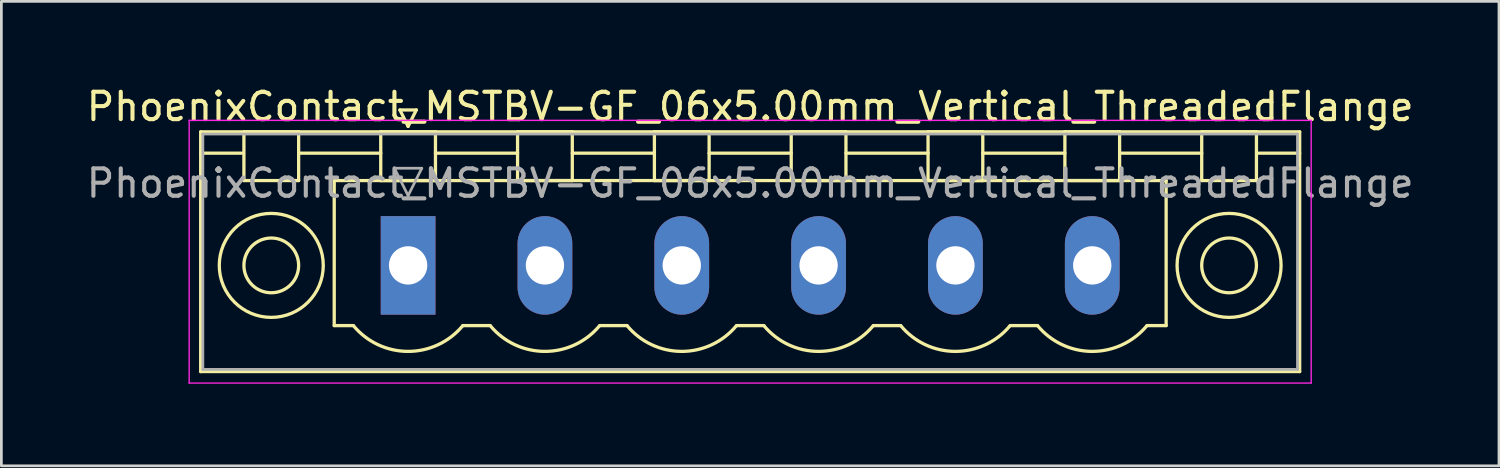
<source format=kicad_pcb>
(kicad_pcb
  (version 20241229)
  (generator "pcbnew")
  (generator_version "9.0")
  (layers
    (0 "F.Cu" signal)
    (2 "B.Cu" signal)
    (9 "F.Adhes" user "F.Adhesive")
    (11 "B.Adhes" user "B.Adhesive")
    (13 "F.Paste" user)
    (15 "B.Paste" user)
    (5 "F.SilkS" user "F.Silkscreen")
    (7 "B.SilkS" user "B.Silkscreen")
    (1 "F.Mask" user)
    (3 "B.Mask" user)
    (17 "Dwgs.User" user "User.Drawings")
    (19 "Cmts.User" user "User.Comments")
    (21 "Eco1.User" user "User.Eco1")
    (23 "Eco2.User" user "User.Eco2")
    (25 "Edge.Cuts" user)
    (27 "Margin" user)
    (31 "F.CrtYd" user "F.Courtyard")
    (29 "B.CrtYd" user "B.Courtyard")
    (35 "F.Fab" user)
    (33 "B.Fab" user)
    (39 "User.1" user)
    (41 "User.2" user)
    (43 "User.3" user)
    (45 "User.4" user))
  (footprint "PhoenixContact_MSTBV-GF_06x5.00mm_Vertical_ThreadedFlange"
    (layer "F.Cu")
    (at 11.863 6.648)
    (property "Reference" "PhoenixContact_MSTBV-GF_06x5.00mm_Vertical_ThreadedFlange" (at 12.5 -5.8 0) (layer "F.SilkS") (effects (font (size 1 1) (thickness 0.15))))
    (attr through_hole)
    (fp_line (start -7.58 -4.88) (end -7.58 3.88) (stroke (width 0.12) (type solid)) (layer "F.SilkS"))
    (fp_line (start -7.58 -4.1) (end -6.08 -4.1) (stroke (width 0.12) (type solid)) (layer "F.SilkS"))
    (fp_line (start -7.58 3.88) (end 32.58 3.88) (stroke (width 0.12) (type solid)) (layer "F.SilkS"))
    (fp_line (start -6 -4.88) (end -4 -4.88) (stroke (width 0.12) (type solid)) (layer "F.SilkS"))
    (fp_line (start -6 -3.1) (end -6 -4.88) (stroke (width 0.12) (type solid)) (layer "F.SilkS"))
    (fp_line (start -4 -4.88) (end -4 -3.1) (stroke (width 0.12) (type solid)) (layer "F.SilkS"))
    (fp_line (start -4 -4.1) (end -1 -4.1) (stroke (width 0.12) (type solid)) (layer "F.SilkS"))
    (fp_line (start -4 -3.1) (end -6 -3.1) (stroke (width 0.12) (type solid)) (layer "F.SilkS"))
    (fp_line (start -2.7 -3.1) (end 27.7 -3.1) (stroke (width 0.12) (type solid)) (layer "F.SilkS"))
    (fp_line (start -2.7 2.2) (end -2.7 -3.1) (stroke (width 0.12) (type solid)) (layer "F.SilkS"))
    (fp_line (start -2 2.2) (end -2.7 2.2) (stroke (width 0.12) (type solid)) (layer "F.SilkS"))
    (fp_line (start -1 -4.88) (end 1 -4.88) (stroke (width 0.12) (type solid)) (layer "F.SilkS"))
    (fp_line (start -1 -3.1) (end -1 -4.88) (stroke (width 0.12) (type solid)) (layer "F.SilkS"))
    (fp_line (start -0.3 -5.68) (end 0.3 -5.68) (stroke (width 0.12) (type solid)) (layer "F.SilkS"))
    (fp_line (start 0 -5.08) (end -0.3 -5.68) (stroke (width 0.12) (type solid)) (layer "F.SilkS"))
    (fp_line (start 0.3 -5.68) (end 0 -5.08) (stroke (width 0.12) (type solid)) (layer "F.SilkS"))
    (fp_line (start 1 -4.88) (end 1 -3.1) (stroke (width 0.12) (type solid)) (layer "F.SilkS"))
    (fp_line (start 1 -4.1) (end 4 -4.1) (stroke (width 0.12) (type solid)) (layer "F.SilkS"))
    (fp_line (start 1 -3.1) (end -1 -3.1) (stroke (width 0.12) (type solid)) (layer "F.SilkS"))
    (fp_line (start 2 2.2) (end 3 2.2) (stroke (width 0.12) (type solid)) (layer "F.SilkS"))
    (fp_line (start 4 -4.88) (end 6 -4.88) (stroke (width 0.12) (type solid)) (layer "F.SilkS"))
    (fp_line (start 4 -3.1) (end 4 -4.88) (stroke (width 0.12) (type solid)) (layer "F.SilkS"))
    (fp_line (start 6 -4.88) (end 6 -3.1) (stroke (width 0.12) (type solid)) (layer "F.SilkS"))
    (fp_line (start 6 -4.1) (end 9 -4.1) (stroke (width 0.12) (type solid)) (layer "F.SilkS"))
    (fp_line (start 6 -3.1) (end 4 -3.1) (stroke (width 0.12) (type solid)) (layer "F.SilkS"))
    (fp_line (start 7 2.2) (end 8 2.2) (stroke (width 0.12) (type solid)) (layer "F.SilkS"))
    (fp_line (start 9 -4.88) (end 11 -4.88) (stroke (width 0.12) (type solid)) (layer "F.SilkS"))
    (fp_line (start 9 -3.1) (end 9 -4.88) (stroke (width 0.12) (type solid)) (layer "F.SilkS"))
    (fp_line (start 11 -4.88) (end 11 -3.1) (stroke (width 0.12) (type solid)) (layer "F.SilkS"))
    (fp_line (start 11 -4.1) (end 14 -4.1) (stroke (width 0.12) (type solid)) (layer "F.SilkS"))
    (fp_line (start 11 -3.1) (end 9 -3.1) (stroke (width 0.12) (type solid)) (layer "F.SilkS"))
    (fp_line (start 12 2.2) (end 13 2.2) (stroke (width 0.12) (type solid)) (layer "F.SilkS"))
    (fp_line (start 14 -4.88) (end 16 -4.88) (stroke (width 0.12) (type solid)) (layer "F.SilkS"))
    (fp_line (start 14 -3.1) (end 14 -4.88) (stroke (width 0.12) (type solid)) (layer "F.SilkS"))
    (fp_line (start 16 -4.88) (end 16 -3.1) (stroke (width 0.12) (type solid)) (layer "F.SilkS"))
    (fp_line (start 16 -4.1) (end 19 -4.1) (stroke (width 0.12) (type solid)) (layer "F.SilkS"))
    (fp_line (start 16 -3.1) (end 14 -3.1) (stroke (width 0.12) (type solid)) (layer "F.SilkS"))
    (fp_line (start 17 2.2) (end 18 2.2) (stroke (width 0.12) (type solid)) (layer "F.SilkS"))
    (fp_line (start 19 -4.88) (end 21 -4.88) (stroke (width 0.12) (type solid)) (layer "F.SilkS"))
    (fp_line (start 19 -3.1) (end 19 -4.88) (stroke (width 0.12) (type solid)) (layer "F.SilkS"))
    (fp_line (start 21 -4.88) (end 21 -3.1) (stroke (width 0.12) (type solid)) (layer "F.SilkS"))
    (fp_line (start 21 -4.1) (end 24 -4.1) (stroke (width 0.12) (type solid)) (layer "F.SilkS"))
    (fp_line (start 21 -3.1) (end 19 -3.1) (stroke (width 0.12) (type solid)) (layer "F.SilkS"))
    (fp_line (start 22 2.2) (end 23 2.2) (stroke (width 0.12) (type solid)) (layer "F.SilkS"))
    (fp_line (start 24 -4.88) (end 26 -4.88) (stroke (width 0.12) (type solid)) (layer "F.SilkS"))
    (fp_line (start 24 -3.1) (end 24 -4.88) (stroke (width 0.12) (type solid)) (layer "F.SilkS"))
    (fp_line (start 26 -4.88) (end 26 -3.1) (stroke (width 0.12) (type solid)) (layer "F.SilkS"))
    (fp_line (start 26 -4.1) (end 29 -4.1) (stroke (width 0.12) (type solid)) (layer "F.SilkS"))
    (fp_line (start 26 -3.1) (end 24 -3.1) (stroke (width 0.12) (type solid)) (layer "F.SilkS"))
    (fp_line (start 27.7 -3.1) (end 27.7 2.2) (stroke (width 0.12) (type solid)) (layer "F.SilkS"))
    (fp_line (start 27.7 2.2) (end 27 2.2) (stroke (width 0.12) (type solid)) (layer "F.SilkS"))
    (fp_line (start 29 -4.88) (end 31 -4.88) (stroke (width 0.12) (type solid)) (layer "F.SilkS"))
    (fp_line (start 29 -3.1) (end 29 -4.88) (stroke (width 0.12) (type solid)) (layer "F.SilkS"))
    (fp_line (start 31 -4.88) (end 31 -3.1) (stroke (width 0.12) (type solid)) (layer "F.SilkS"))
    (fp_line (start 31 -3.1) (end 29 -3.1) (stroke (width 0.12) (type solid)) (layer "F.SilkS"))
    (fp_line (start 32.58 -4.88) (end -7.58 -4.88) (stroke (width 0.12) (type solid)) (layer "F.SilkS"))
    (fp_line (start 32.58 -4.1) (end 31.08 -4.1) (stroke (width 0.12) (type solid)) (layer "F.SilkS"))
    (fp_line (start 32.58 3.88) (end 32.58 -4.88) (stroke (width 0.12) (type solid)) (layer "F.SilkS"))
    (fp_arc (start 1.986842 2.215821) (mid -0.010289 3.142758) (end -2 2.2) (stroke (width 0.12) (type solid)) (layer "F.SilkS"))
    (fp_arc (start 6.986842 2.215821) (mid 4.989711 3.142758) (end 3 2.2) (stroke (width 0.12) (type solid)) (layer "F.SilkS"))
    (fp_arc (start 11.986842 2.215821) (mid 9.989711 3.142758) (end 8 2.2) (stroke (width 0.12) (type solid)) (layer "F.SilkS"))
    (fp_arc (start 16.986842 2.215821) (mid 14.989711 3.142758) (end 13 2.2) (stroke (width 0.12) (type solid)) (layer "F.SilkS"))
    (fp_arc (start 21.986842 2.215821) (mid 19.989711 3.142758) (end 18 2.2) (stroke (width 0.12) (type solid)) (layer "F.SilkS"))
    (fp_arc (start 26.986842 2.215821) (mid 24.989711 3.142758) (end 23 2.2) (stroke (width 0.12) (type solid)) (layer "F.SilkS"))
    (fp_circle (center -5 0) (end -4 0) (stroke (width 0.12) (type solid)) (fill no) (layer "F.SilkS"))
    (fp_circle (center -5 0) (end -3.1 0) (stroke (width 0.12) (type solid)) (fill no) (layer "F.SilkS"))
    (fp_circle (center 30 0) (end 31 0) (stroke (width 0.12) (type solid)) (fill no) (layer "F.SilkS"))
    (fp_circle (center 30 0) (end 31.9 0) (stroke (width 0.12) (type solid)) (fill no) (layer "F.SilkS"))
    (fp_line (start -8 -5.3) (end -8 4.3) (stroke (width 0.05) (type solid)) (layer "F.CrtYd"))
    (fp_line (start -8 4.3) (end 33 4.3) (stroke (width 0.05) (type solid)) (layer "F.CrtYd"))
    (fp_line (start 33 -5.3) (end -8 -5.3) (stroke (width 0.05) (type solid)) (layer "F.CrtYd"))
    (fp_line (start 33 4.3) (end 33 -5.3) (stroke (width 0.05) (type solid)) (layer "F.CrtYd"))
    (fp_line (start -7.5 -4.8) (end -7.5 3.8) (stroke (width 0.1) (type solid)) (layer "F.Fab"))
    (fp_line (start -7.5 3.8) (end 32.5 3.8) (stroke (width 0.1) (type solid)) (layer "F.Fab"))
    (fp_line (start -0.5 -3.55) (end 0.5 -3.55) (stroke (width 0.1) (type solid)) (layer "F.Fab"))
    (fp_line (start 0 -2.55) (end -0.5 -3.55) (stroke (width 0.1) (type solid)) (layer "F.Fab"))
    (fp_line (start 0.5 -3.55) (end 0 -2.55) (stroke (width 0.1) (type solid)) (layer "F.Fab"))
    (fp_line (start 32.5 -4.8) (end -7.5 -4.8) (stroke (width 0.1) (type solid)) (layer "F.Fab"))
    (fp_line (start 32.5 3.8) (end 32.5 -4.8) (stroke (width 0.1) (type solid)) (layer "F.Fab"))
    (fp_text user "${REFERENCE}" (at 12.5 -3 0) (layer "F.Fab") (effects (font (size 1 1) (thickness 0.15))))
    (pad "1" thru_hole rect (at 0 0) (size 2 3.6) (drill 1.4) (layers "*.Cu" "*.Mask"))
    (pad "2" thru_hole oval (at 5 0) (size 2 3.6) (drill 1.4) (layers "*.Cu" "*.Mask"))
    (pad "3" thru_hole oval (at 10 0) (size 2 3.6) (drill 1.4) (layers "*.Cu" "*.Mask"))
    (pad "4" thru_hole oval (at 15 0) (size 2 3.6) (drill 1.4) (layers "*.Cu" "*.Mask"))
    (pad "5" thru_hole oval (at 20 0) (size 2 3.6) (drill 1.4) (layers "*.Cu" "*.Mask"))
    (pad "6" thru_hole oval (at 25 0) (size 2 3.6) (drill 1.4) (layers "*.Cu" "*.Mask")))
  (gr_rect
    (start -3 -3)
    (end 51.726 13.973)
    (stroke (width 0.1) (type default))
    (fill no)
    (layer "Edge.Cuts")))
</source>
